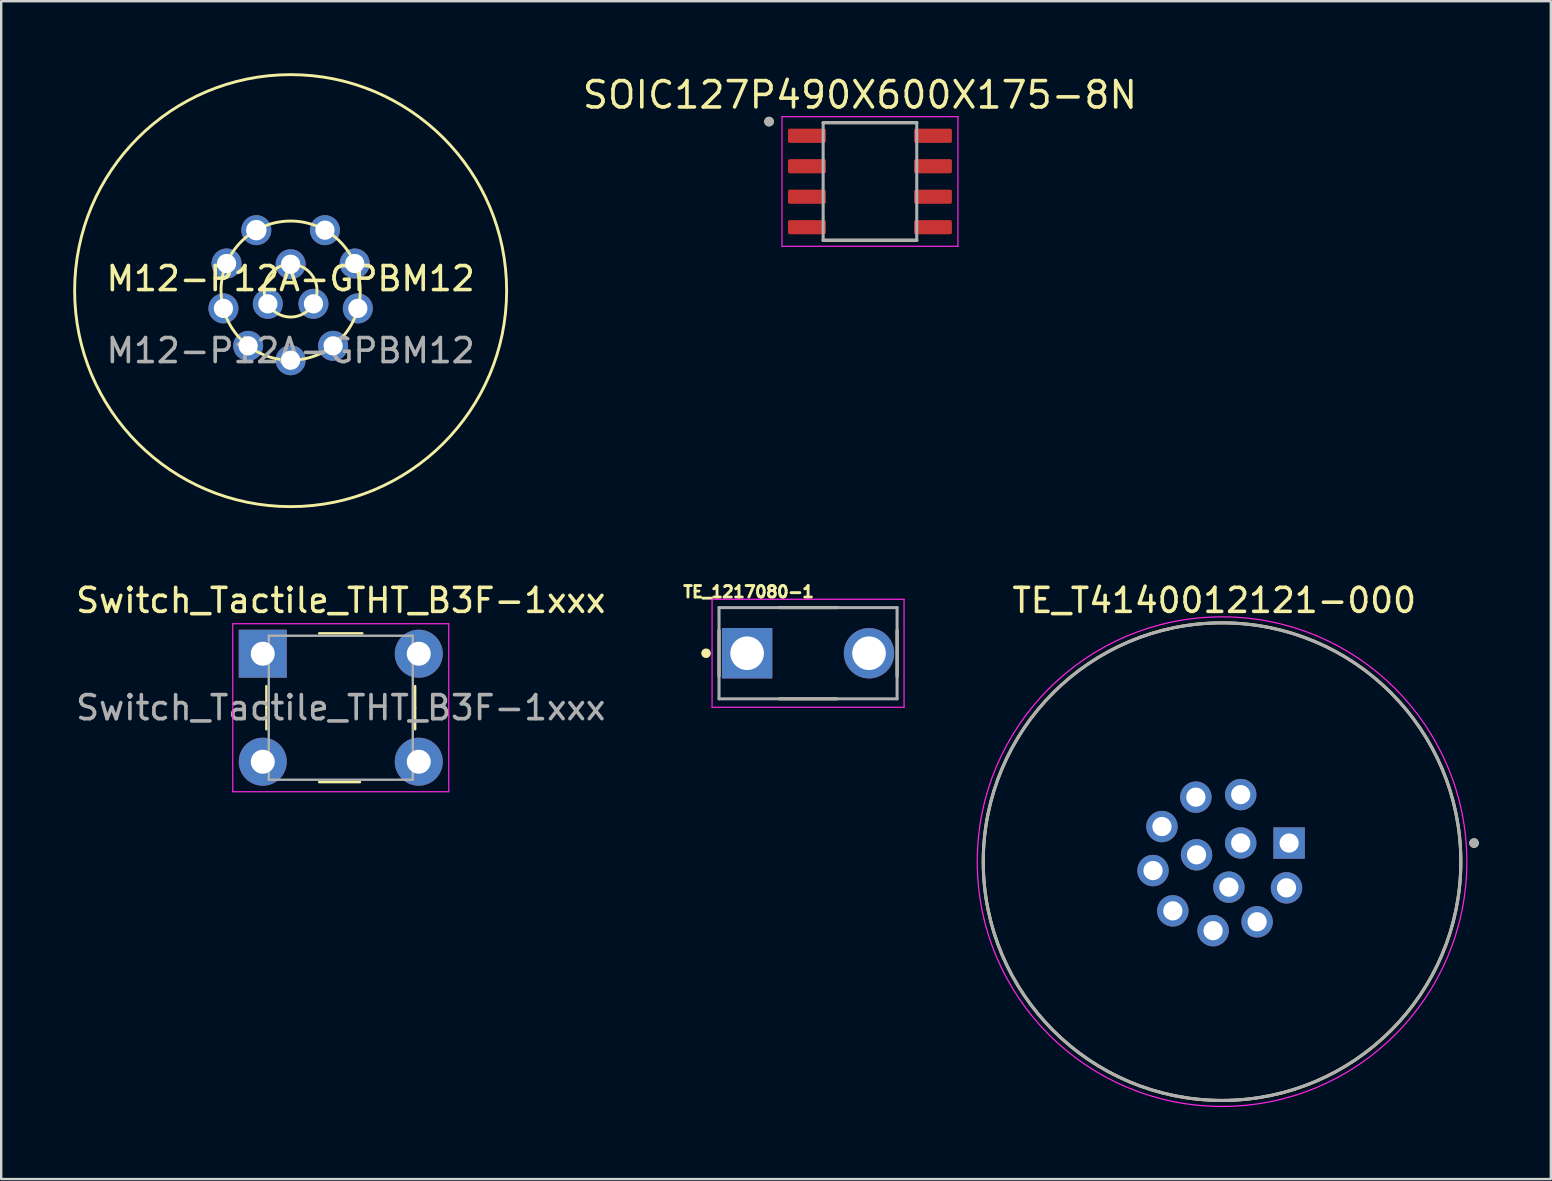
<source format=kicad_pcb>
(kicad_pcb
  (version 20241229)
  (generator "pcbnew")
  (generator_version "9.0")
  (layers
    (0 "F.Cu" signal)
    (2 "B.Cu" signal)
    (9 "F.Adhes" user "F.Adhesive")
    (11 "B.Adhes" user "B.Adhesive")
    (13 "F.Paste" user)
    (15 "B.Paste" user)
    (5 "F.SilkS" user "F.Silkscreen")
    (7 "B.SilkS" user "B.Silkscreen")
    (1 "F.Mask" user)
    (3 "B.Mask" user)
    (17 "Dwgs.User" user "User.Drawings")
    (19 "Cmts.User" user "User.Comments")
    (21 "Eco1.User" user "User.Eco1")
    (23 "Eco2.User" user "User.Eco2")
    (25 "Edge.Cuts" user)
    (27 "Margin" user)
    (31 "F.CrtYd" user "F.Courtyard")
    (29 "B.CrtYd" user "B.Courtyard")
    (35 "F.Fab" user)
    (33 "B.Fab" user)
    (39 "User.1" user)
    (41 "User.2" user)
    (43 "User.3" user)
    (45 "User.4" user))
  (footprint "TE_T4140012121-000"
    (layer "F.Cu")
    (at 47.87 32.853)
    (property "Reference" "TE_T4140012121-000" (at -0.325 -10.885 0) (layer "F.SilkS") (effects (font (size 1 1) (thickness 0.15))))
    (attr through_hole)
    (fp_circle (center 0 0) (end 9.95 0) (stroke (width 0.127) (type solid)) (fill no) (layer "F.SilkS"))
    (fp_circle (center 10.5 -0.775) (end 10.6 -0.775) (stroke (width 0.2) (type solid)) (fill no) (layer "F.SilkS"))
    (fp_circle (center 0 0) (end 10.2 0) (stroke (width 0.05) (type solid)) (fill no) (layer "F.CrtYd"))
    (fp_circle (center 0 0) (end 9.95 0) (stroke (width 0.127) (type solid)) (fill no) (layer "F.Fab"))
    (fp_circle (center 10.5 -0.775) (end 10.6 -0.775) (stroke (width 0.2) (type solid)) (fill no) (layer "F.Fab"))
    (pad "1" thru_hole rect (at 2.795 -0.775) (size 1.308 1.308) (drill 0.8) (layers "*.Cu" "*.Mask"))
    (pad "2" thru_hole circle (at 0.777 -2.794) (size 1.308 1.308) (drill 0.8) (layers "*.Cu" "*.Mask"))
    (pad "3" thru_hole circle (at -1.091 -2.687) (size 1.308 1.308) (drill 0.8) (layers "*.Cu" "*.Mask"))
    (pad "4" thru_hole circle (at -2.504 -1.462) (size 1.308 1.308) (drill 0.8) (layers "*.Cu" "*.Mask"))
    (pad "5" thru_hole circle (at -2.876 0.371) (size 1.308 1.308) (drill 0.8) (layers "*.Cu" "*.Mask"))
    (pad "6" thru_hole circle (at -2.051 2.05) (size 1.308 1.308) (drill 0.8) (layers "*.Cu" "*.Mask"))
    (pad "7" thru_hole circle (at -0.373 2.876) (size 1.308 1.308) (drill 0.8) (layers "*.Cu" "*.Mask"))
    (pad "8" thru_hole circle (at 1.461 2.505) (size 1.308 1.308) (drill 0.8) (layers "*.Cu" "*.Mask"))
    (pad "9" thru_hole circle (at 2.686 1.092) (size 1.308 1.308) (drill 0.8) (layers "*.Cu" "*.Mask"))
    (pad "10" thru_hole circle (at 0.778 -0.778) (size 1.308 1.308) (drill 0.8) (layers "*.Cu" "*.Mask"))
    (pad "11" thru_hole circle (at -1.063 -0.285) (size 1.308 1.308) (drill 0.8) (layers "*.Cu" "*.Mask"))
    (pad "12" thru_hole circle (at 0.285 1.063) (size 1.308 1.308) (drill 0.8) (layers "*.Cu" "*.Mask")))
  (footprint "M12-P12A-GPBM12"
    (layer "F.Cu")
    (at 9.06 9.06)
    (property "Reference" "M12-P12A-GPBM12" (at 0 -0.5 0) (unlocked yes) (layer "F.SilkS") (effects (font (size 1 1) (thickness 0.15))))
    (attr through_hole)
    (fp_circle (center 0 0) (end 1.1 0) (stroke (width 0.12) (type solid)) (fill no) (layer "F.SilkS"))
    (fp_circle (center 0 0) (end 2.9 0) (stroke (width 0.12) (type solid)) (fill no) (layer "F.SilkS"))
    (fp_circle (center 0 0) (end 9 0) (stroke (width 0.12) (type solid)) (fill no) (layer "F.SilkS"))
    (fp_text user "${REFERENCE}" (at 0 2.5 0) (unlocked yes) (layer "F.Fab") (effects (font (size 1 1) (thickness 0.15))))
    (pad "1" thru_hole circle (at 0 -1.1) (size 1.25 1.25) (drill 0.8) (layers "*.Cu" "*.Mask"))
    (pad "2" thru_hole circle (at -0.95 0.55) (size 1.25 1.25) (drill 0.8) (layers "*.Cu" "*.Mask"))
    (pad "3" thru_hole circle (at 0.95 0.55) (size 1.25 1.25) (drill 0.8) (layers "*.Cu" "*.Mask"))
    (pad "4" thru_hole circle (at -1.43 -2.52) (size 1.25 1.25) (drill 0.85) (layers "*.Cu" "*.Mask"))
    (pad "5" thru_hole circle (at -2.67 -1.13) (size 1.25 1.25) (drill 0.8) (layers "*.Cu" "*.Mask"))
    (pad "6" thru_hole circle (at -2.8 0.74) (size 1.25 1.25) (drill 0.8) (layers "*.Cu" "*.Mask"))
    (pad "7" thru_hole circle (at -1.77 2.3) (size 1.25 1.25) (drill 0.8) (layers "*.Cu" "*.Mask"))
    (pad "8" thru_hole circle (at 0 2.9) (size 1.25 1.25) (drill 0.8) (layers "*.Cu" "*.Mask"))
    (pad "9" thru_hole circle (at 1.77 2.3) (size 1.25 1.25) (drill 0.8) (layers "*.Cu" "*.Mask"))
    (pad "10" thru_hole circle (at 2.8 0.74) (size 1.25 1.25) (drill 0.8) (layers "*.Cu" "*.Mask"))
    (pad "11" thru_hole circle (at 2.67 -1.13) (size 1.25 1.25) (drill 0.8) (layers "*.Cu" "*.Mask"))
    (pad "12" thru_hole circle (at 1.43 -2.52) (size 1.25 1.25) (drill 0.8) (layers "*.Cu" "*.Mask")))
  (footprint "Switch_Tactile_THT_B3F-1xxx"
    (layer "F.Cu")
    (at 7.898 24.178)
    (property "Reference" "Switch_Tactile_THT_B3F-1xxx" (at 3.251 -2.209 0) (layer "F.SilkS") (effects (font (size 1 1) (thickness 0.15))))
    (attr through_hole)
    (fp_line (start 0.151 2.261) (end 0.151 1.361) (stroke (width 0.1) (type solid)) (layer "F.SilkS"))
    (fp_line (start 0.151 2.261) (end 0.151 3.161) (stroke (width 0.1) (type solid)) (layer "F.SilkS"))
    (fp_line (start 2.351 -0.839) (end 4.151 -0.839) (stroke (width 0.1) (type solid)) (layer "F.SilkS"))
    (fp_line (start 2.351 5.361) (end 4.051 5.361) (stroke (width 0.1) (type solid)) (layer "F.SilkS"))
    (fp_line (start 6.351 2.261) (end 6.351 1.361) (stroke (width 0.1) (type solid)) (layer "F.SilkS"))
    (fp_line (start 6.351 2.261) (end 6.351 3.161) (stroke (width 0.1) (type solid)) (layer "F.SilkS"))
    (fp_line (start -1.249 -1.239) (end 7.751 -1.239) (stroke (width 0.05) (type solid)) (layer "F.CrtYd"))
    (fp_line (start -1.249 5.761) (end -1.249 -1.239) (stroke (width 0.05) (type solid)) (layer "F.CrtYd"))
    (fp_line (start -1.249 5.761) (end 7.751 5.761) (stroke (width 0.05) (type solid)) (layer "F.CrtYd"))
    (fp_line (start 7.751 -1.239) (end 7.751 5.761) (stroke (width 0.05) (type solid)) (layer "F.CrtYd"))
    (fp_line (start 0.251 -0.739) (end 0.251 5.261) (stroke (width 0.1) (type solid)) (layer "F.Fab"))
    (fp_line (start 0.251 -0.739) (end 6.251 -0.739) (stroke (width 0.1) (type solid)) (layer "F.Fab"))
    (fp_line (start 0.251 5.261) (end 6.251 5.261) (stroke (width 0.1) (type solid)) (layer "F.Fab"))
    (fp_line (start 6.251 5.261) (end 6.251 -0.739) (stroke (width 0.1) (type solid)) (layer "F.Fab"))
    (fp_text user "${REFERENCE}" (at 3.251 2.261 0) (layer "F.Fab") (effects (font (size 1 1) (thickness 0.15))))
    (pad "1" thru_hole rect (at 0.001 0.011) (size 2 2) (drill 1) (layers "*.Cu" "*.Mask"))
    (pad "2" thru_hole circle (at 6.501 0.011) (size 2 2) (drill 1) (layers "*.Cu" "*.Mask"))
    (pad "3" thru_hole circle (at 0.001 4.511) (size 2 2) (drill 1) (layers "*.Cu" "*.Mask"))
    (pad "4" thru_hole circle (at 6.501 4.511) (size 2 2) (drill 1) (layers "*.Cu" "*.Mask")))
  (footprint "SOIC127P490X600X175-8N"
    (layer "F.Cu")
    (at 33.199 4.512)
    (property "Reference" "SOIC127P490X600X175-8N" (at -0.417 -3.607 0) (layer "F.SilkS") (effects (font (size 1.097 1.097) (thickness 0.15))))
    (attr smd)
    (fp_line (start -1.95 -2.45) (end 1.95 -2.45) (stroke (width 0.127) (type solid)) (layer "F.SilkS"))
    (fp_line (start -1.95 2.45) (end 1.95 2.45) (stroke (width 0.127) (type solid)) (layer "F.SilkS"))
    (fp_circle (center -4.205 -2.495) (end -4.005 -2.495) (stroke (width 0) (type solid)) (fill yes) (layer "F.SilkS"))
    (fp_line (start -3.665 -2.7) (end -3.665 2.7) (stroke (width 0.05) (type solid)) (layer "F.CrtYd"))
    (fp_line (start -3.665 -2.7) (end 3.665 -2.7) (stroke (width 0.05) (type solid)) (layer "F.CrtYd"))
    (fp_line (start -3.665 2.7) (end 3.665 2.7) (stroke (width 0.05) (type solid)) (layer "F.CrtYd"))
    (fp_line (start 3.665 -2.7) (end 3.665 2.7) (stroke (width 0.05) (type solid)) (layer "F.CrtYd"))
    (fp_line (start -1.95 -2.45) (end -1.95 2.45) (stroke (width 0.127) (type solid)) (layer "F.Fab"))
    (fp_line (start -1.95 -2.45) (end 1.95 -2.45) (stroke (width 0.127) (type solid)) (layer "F.Fab"))
    (fp_line (start -1.95 2.45) (end 1.95 2.45) (stroke (width 0.127) (type solid)) (layer "F.Fab"))
    (fp_line (start 1.95 -2.45) (end 1.95 2.45) (stroke (width 0.127) (type solid)) (layer "F.Fab"))
    (fp_circle (center -4.205 -2.495) (end -4.005 -2.495) (stroke (width 0) (type solid)) (fill yes) (layer "F.Fab"))
    (pad "1" smd roundrect (at -2.625 -1.905) (size 1.58 0.59) (layers "F.Cu" "F.Mask" "F.Paste") (roundrect_rratio 0.125))
    (pad "2" smd roundrect (at -2.625 -0.635) (size 1.58 0.59) (layers "F.Cu" "F.Mask" "F.Paste") (roundrect_rratio 0.125))
    (pad "3" smd roundrect (at -2.625 0.635) (size 1.58 0.59) (layers "F.Cu" "F.Mask" "F.Paste") (roundrect_rratio 0.125))
    (pad "4" smd roundrect (at -2.625 1.905) (size 1.58 0.59) (layers "F.Cu" "F.Mask" "F.Paste") (roundrect_rratio 0.125))
    (pad "5" smd roundrect (at 2.625 1.905) (size 1.58 0.59) (layers "F.Cu" "F.Mask" "F.Paste") (roundrect_rratio 0.125))
    (pad "6" smd roundrect (at 2.625 0.635) (size 1.58 0.59) (layers "F.Cu" "F.Mask" "F.Paste") (roundrect_rratio 0.125))
    (pad "7" smd roundrect (at 2.625 -0.635) (size 1.58 0.59) (layers "F.Cu" "F.Mask" "F.Paste") (roundrect_rratio 0.125))
    (pad "8" smd roundrect (at 2.625 -1.905) (size 1.58 0.59) (layers "F.Cu" "F.Mask" "F.Paste") (roundrect_rratio 0.125)))
  (footprint "TE_1217080-1"
    (layer "F.Cu")
    (at 30.62 24.169)
    (property "Reference" "TE_1217080-1" (at -2.479 -2.557 0) (layer "F.SilkS") (effects (font (size 0.48 0.48) (thickness 0.15))))
    (attr through_hole)
    (fp_line (start -3.71 -0.95) (end -3.71 0.95) (stroke (width 0.127) (type solid)) (layer "F.SilkS"))
    (fp_line (start -1.2 -1.9) (end 1.2 -1.9) (stroke (width 0.127) (type solid)) (layer "F.SilkS"))
    (fp_line (start -1.2 1.9) (end 1.2 1.9) (stroke (width 0.127) (type solid)) (layer "F.SilkS"))
    (fp_line (start 3.71 -0.95) (end 3.71 0.95) (stroke (width 0.127) (type solid)) (layer "F.SilkS"))
    (fp_circle (center -4.25 0) (end -4.15 0) (stroke (width 0.2) (type solid)) (fill no) (layer "F.SilkS"))
    (fp_line (start -4 -2.25) (end 4 -2.25) (stroke (width 0.05) (type solid)) (layer "F.CrtYd"))
    (fp_line (start -4 2.25) (end -4 -2.25) (stroke (width 0.05) (type solid)) (layer "F.CrtYd"))
    (fp_line (start 4 -2.25) (end 4 2.25) (stroke (width 0.05) (type solid)) (layer "F.CrtYd"))
    (fp_line (start 4 2.25) (end -4 2.25) (stroke (width 0.05) (type solid)) (layer "F.CrtYd"))
    (fp_line (start -3.71 -1.9) (end 3.71 -1.9) (stroke (width 0.127) (type solid)) (layer "F.Fab"))
    (fp_line (start -3.71 1.9) (end -3.71 -1.9) (stroke (width 0.127) (type solid)) (layer "F.Fab"))
    (fp_line (start 3.71 -1.9) (end 3.71 1.9) (stroke (width 0.127) (type solid)) (layer "F.Fab"))
    (fp_line (start 3.71 1.9) (end -3.71 1.9) (stroke (width 0.127) (type solid)) (layer "F.Fab"))
    (fp_circle (center -2.54 0) (end -2.44 0) (stroke (width 0.2) (type solid)) (fill no) (layer "F.Fab"))
    (pad "1" thru_hole rect (at -2.54 0) (size 2.1 2.1) (drill 1.4) (layers "*.Cu" "*.Mask"))
    (pad "2" thru_hole circle (at 2.54 0) (size 2.1 2.1) (drill 1.4) (layers "*.Cu" "*.Mask")))
  (gr_rect
    (start -3 -3)
    (end 61.57 46.078)
    (stroke (width 0.1) (type default))
    (fill no)
    (layer "Edge.Cuts")))
</source>
